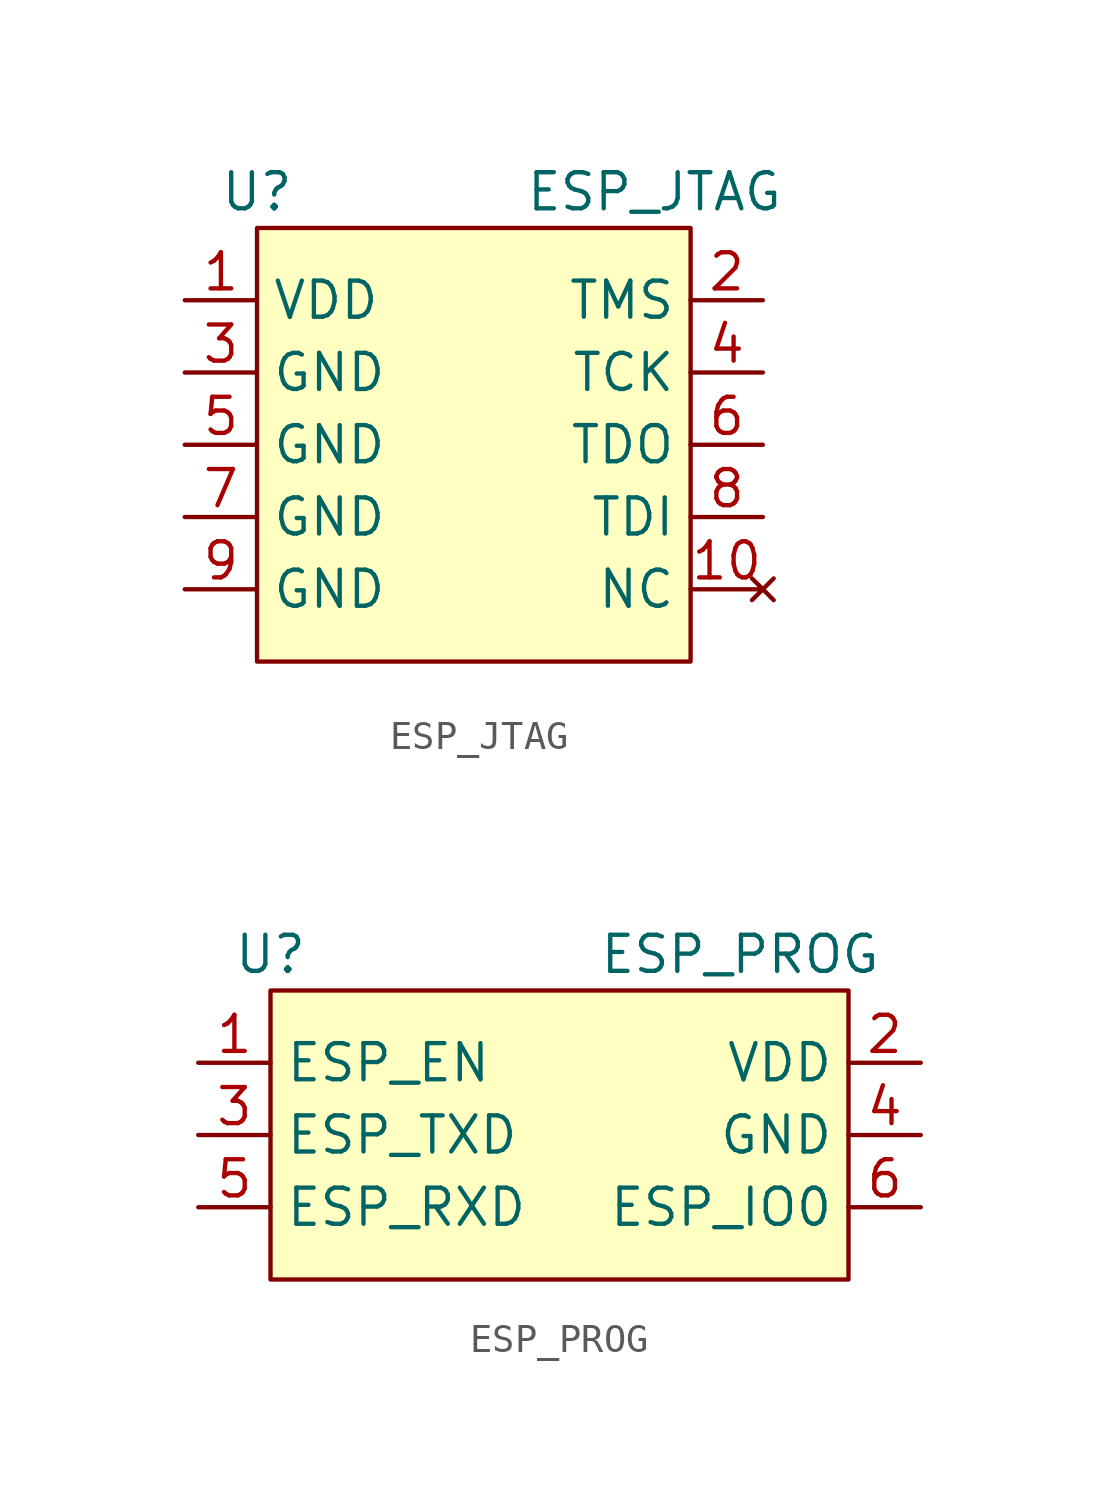
<source format=kicad_sym>
(kicad_symbol_lib
  (version 20211014)
  (generator kicad_symbol_editor)
  (symbol "ESP_JTAG"
    (property "Reference" "U"
      (at -7.62 8.89 0)
      (effects (font (size 1.27 1.27))))
    (property "Value" "ESP_JTAG"
      (at 6.35 8.89 0)
      (effects (font (size 1.27 1.27))))
    (symbol "ESP_JTAG_0_1"
      (rectangle (start -7.62 7.62) (end 7.62 -7.62) (stroke (width 0) (type default) (color 0 0 0 0)) (fill (type background))))
    (symbol "ESP_JTAG_1_1"
      (pin power_out line (at -10.16 5.08 0) (length 2.54) (name "VDD" (effects (font (size 1.27 1.27)))) (number "1" (effects (font (size 1.27 1.27)))))
      (pin no_connect line (at 10.16 -5.08 180) (length 2.54) (name "NC" (effects (font (size 1.27 1.27)))) (number "10" (effects (font (size 1.27 1.27)))))
      (pin input line (at 10.16 5.08 180) (length 2.54) (name "TMS" (effects (font (size 1.27 1.27)))) (number "2" (effects (font (size 1.27 1.27)))))
      (pin power_out line (at -10.16 2.54 0) (length 2.54) (name "GND" (effects (font (size 1.27 1.27)))) (number "3" (effects (font (size 1.27 1.27)))))
      (pin output line (at 10.16 2.54 180) (length 2.54) (name "TCK" (effects (font (size 1.27 1.27)))) (number "4" (effects (font (size 1.27 1.27)))))
      (pin power_out line (at -10.16 0 0) (length 2.54) (name "GND" (effects (font (size 1.27 1.27)))) (number "5" (effects (font (size 1.27 1.27)))))
      (pin input line (at 10.16 0 180) (length 2.54) (name "TDO" (effects (font (size 1.27 1.27)))) (number "6" (effects (font (size 1.27 1.27)))))
      (pin power_out line (at -10.16 -2.54 0) (length 2.54) (name "GND" (effects (font (size 1.27 1.27)))) (number "7" (effects (font (size 1.27 1.27)))))
      (pin output line (at 10.16 -2.54 180) (length 2.54) (name "TDI" (effects (font (size 1.27 1.27)))) (number "8" (effects (font (size 1.27 1.27)))))
      (pin power_out line (at -10.16 -5.08 0) (length 2.54) (name "GND" (effects (font (size 1.27 1.27)))) (number "9" (effects (font (size 1.27 1.27)))))))
  (symbol "ESP_PROG"
    (property "Reference" "U"
      (at -10.16 6.35 0)
      (effects (font (size 1.27 1.27))))
    (property "Value" "ESP_PROG"
      (at 6.35 6.35 0)
      (effects (font (size 1.27 1.27))))
    (symbol "ESP_PROG_0_1"
      (rectangle (start -10.16 5.08) (end 10.16 -5.08) (stroke (width 0) (type default) (color 0 0 0 0)) (fill (type background))))
    (symbol "ESP_PROG_1_1"
      (pin output line (at -12.7 2.54 0) (length 2.54) (name "ESP_EN" (effects (font (size 1.27 1.27)))) (number "1" (effects (font (size 1.27 1.27)))))
      (pin power_out line (at 12.7 2.54 180) (length 2.54) (name "VDD" (effects (font (size 1.27 1.27)))) (number "2" (effects (font (size 1.27 1.27)))))
      (pin output line (at -12.7 0 0) (length 2.54) (name "ESP_TXD" (effects (font (size 1.27 1.27)))) (number "3" (effects (font (size 1.27 1.27)))))
      (pin power_out line (at 12.7 0 180) (length 2.54) (name "GND" (effects (font (size 1.27 1.27)))) (number "4" (effects (font (size 1.27 1.27)))))
      (pin input line (at -12.7 -2.54 0) (length 2.54) (name "ESP_RXD" (effects (font (size 1.27 1.27)))) (number "5" (effects (font (size 1.27 1.27)))))
      (pin power_out line (at 12.7 -2.54 180) (length 2.54) (name "ESP_IO0" (effects (font (size 1.27 1.27)))) (number "6" (effects (font (size 1.27 1.27))))))))
</source>
